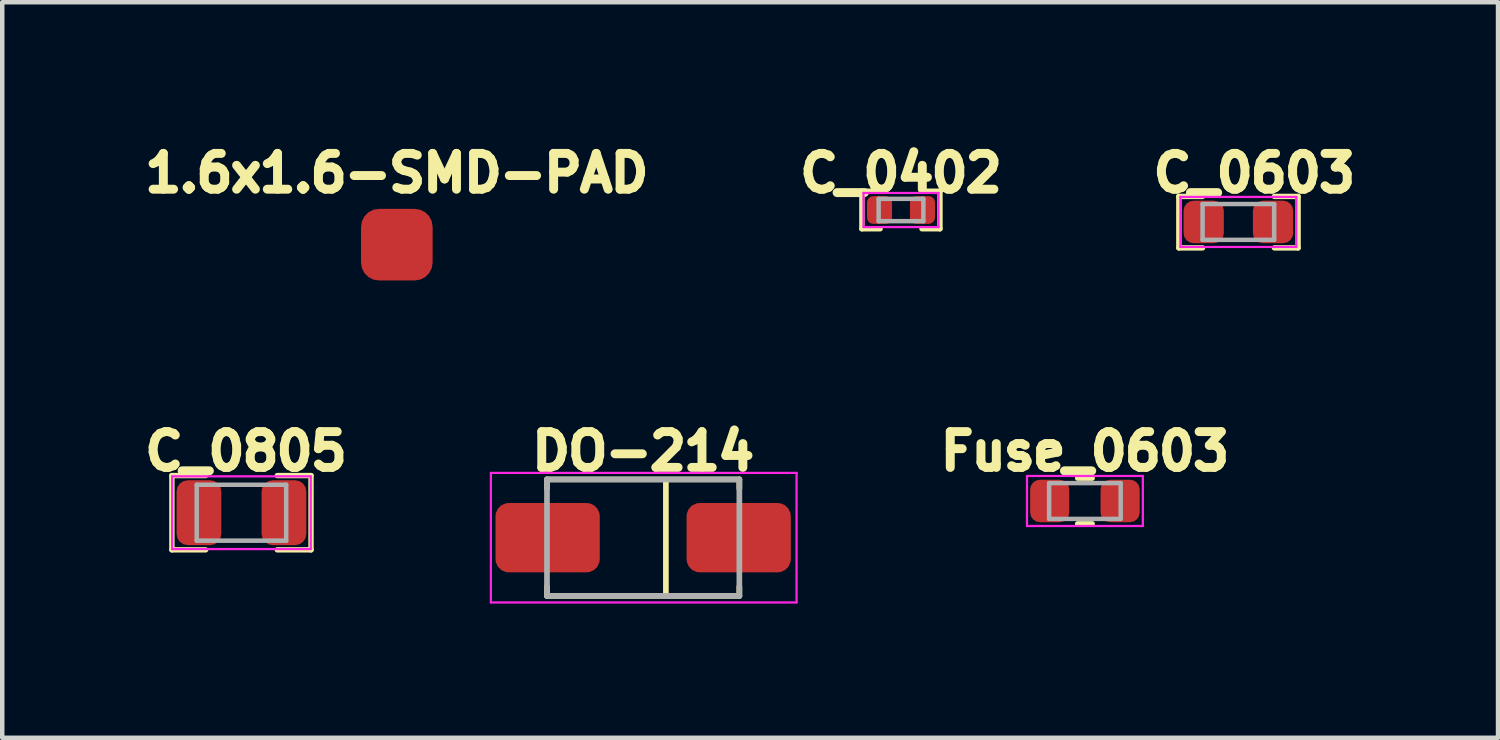
<source format=kicad_pcb>
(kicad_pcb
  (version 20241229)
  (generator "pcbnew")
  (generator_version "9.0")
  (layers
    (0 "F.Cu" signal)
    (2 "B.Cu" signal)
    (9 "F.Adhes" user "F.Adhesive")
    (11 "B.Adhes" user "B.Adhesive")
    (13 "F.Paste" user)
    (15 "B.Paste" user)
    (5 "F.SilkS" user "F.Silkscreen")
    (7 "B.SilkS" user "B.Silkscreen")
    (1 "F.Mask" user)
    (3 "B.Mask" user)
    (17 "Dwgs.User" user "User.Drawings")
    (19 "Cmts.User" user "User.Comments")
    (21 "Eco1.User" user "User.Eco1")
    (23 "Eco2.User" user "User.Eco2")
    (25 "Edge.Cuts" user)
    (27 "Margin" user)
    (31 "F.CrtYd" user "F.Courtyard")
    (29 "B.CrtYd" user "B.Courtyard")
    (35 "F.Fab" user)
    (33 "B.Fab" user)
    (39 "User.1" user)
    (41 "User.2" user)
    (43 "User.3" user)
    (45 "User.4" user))
  (footprint "C_0805"
    (layer "F.Cu")
    (at 2.347 8.41)
    (property "Reference" "C_0805" (at 0.102 -1.372 0) (layer "F.SilkS") (effects (font (size 0.8 0.8) (thickness 0.2) (bold yes))))
    (attr smd)
    (fp_line (start -1.555 -0.83) (end -0.8 -0.83) (stroke (width 0.12) (type solid)) (layer "F.SilkS"))
    (fp_line (start -1.555 0.83) (end -1.555 -0.83) (stroke (width 0.12) (type solid)) (layer "F.SilkS"))
    (fp_line (start -1.555 0.83) (end -0.8 0.83) (stroke (width 0.12) (type solid)) (layer "F.SilkS"))
    (fp_line (start 1.555 -0.83) (end 0.8 -0.83) (stroke (width 0.12) (type solid)) (layer "F.SilkS"))
    (fp_line (start 1.555 -0.83) (end 1.555 0.83) (stroke (width 0.12) (type solid)) (layer "F.SilkS"))
    (fp_line (start 1.555 0.83) (end 0.8 0.83) (stroke (width 0.12) (type solid)) (layer "F.SilkS"))
    (fp_line (start -1.549 -0.813) (end 1.549 -0.813) (stroke (width 0.05) (type solid)) (layer "F.CrtYd"))
    (fp_line (start -1.549 0.813) (end -1.549 -0.813) (stroke (width 0.05) (type solid)) (layer "F.CrtYd"))
    (fp_line (start 1.549 -0.813) (end 1.549 0.813) (stroke (width 0.05) (type solid)) (layer "F.CrtYd"))
    (fp_line (start 1.549 0.813) (end -1.549 0.813) (stroke (width 0.05) (type solid)) (layer "F.CrtYd"))
    (fp_line (start -1 -0.625) (end 1 -0.625) (stroke (width 0.1) (type solid)) (layer "F.Fab"))
    (fp_line (start -1 0.625) (end -1 -0.625) (stroke (width 0.1) (type solid)) (layer "F.Fab"))
    (fp_line (start 1 -0.625) (end 1 0.625) (stroke (width 0.1) (type solid)) (layer "F.Fab"))
    (fp_line (start 1 0.625) (end -1 0.625) (stroke (width 0.1) (type solid)) (layer "F.Fab"))
    (pad "1" smd roundrect (at -0.95 0) (size 1 1.45) (layers "F.Cu" "F.Mask" "F.Paste") (roundrect_rratio 0.25))
    (pad "2" smd roundrect (at 0.95 0) (size 1 1.45) (layers "F.Cu" "F.Mask" "F.Paste") (roundrect_rratio 0.25)))
  (footprint "C_0603"
    (layer "F.Cu")
    (at 24.63 1.911)
    (property "Reference" "C_0603" (at 0.356 -1.092 0) (layer "F.SilkS") (effects (font (size 0.8 0.8) (thickness 0.2) (bold yes))))
    (attr smd)
    (fp_line (start -1.331 -0.57) (end -0.8 -0.57) (stroke (width 0.12) (type solid)) (layer "F.SilkS"))
    (fp_line (start -1.331 0.58) (end -1.331 -0.57) (stroke (width 0.12) (type solid)) (layer "F.SilkS"))
    (fp_line (start -1.331 0.58) (end -0.8 0.58) (stroke (width 0.12) (type solid)) (layer "F.SilkS"))
    (fp_line (start 1.335 -0.57) (end 0.805 -0.57) (stroke (width 0.12) (type solid)) (layer "F.SilkS"))
    (fp_line (start 1.335 -0.57) (end 1.335 0.58) (stroke (width 0.12) (type solid)) (layer "F.SilkS"))
    (fp_line (start 1.335 0.58) (end 0.805 0.58) (stroke (width 0.12) (type solid)) (layer "F.SilkS"))
    (fp_line (start -1.295 -0.559) (end 1.295 -0.559) (stroke (width 0.05) (type solid)) (layer "F.CrtYd"))
    (fp_line (start -1.295 0.559) (end -1.295 -0.559) (stroke (width 0.05) (type solid)) (layer "F.CrtYd"))
    (fp_line (start 1.295 -0.559) (end 1.295 0.559) (stroke (width 0.05) (type solid)) (layer "F.CrtYd"))
    (fp_line (start 1.295 0.559) (end -1.295 0.559) (stroke (width 0.05) (type solid)) (layer "F.CrtYd"))
    (fp_line (start -0.8 -0.4) (end 0.8 -0.4) (stroke (width 0.1) (type solid)) (layer "F.Fab"))
    (fp_line (start -0.8 0.4) (end -0.8 -0.4) (stroke (width 0.1) (type solid)) (layer "F.Fab"))
    (fp_line (start 0.8 -0.4) (end 0.8 0.4) (stroke (width 0.1) (type solid)) (layer "F.Fab"))
    (fp_line (start 0.8 0.4) (end -0.8 0.4) (stroke (width 0.1) (type solid)) (layer "F.Fab"))
    (pad "1" smd roundrect (at -0.775 0) (size 0.9 0.95) (layers "F.Cu" "F.Mask" "F.Paste") (roundrect_rratio 0.25))
    (pad "2" smd roundrect (at 0.775 0) (size 0.9 0.95) (layers "F.Cu" "F.Mask" "F.Paste") (roundrect_rratio 0.25)))
  (footprint "DO-214"
    (layer "F.Cu")
    (at 11.326 8.968)
    (property "Reference" "DO-214" (at 0 -1.93 0) (layer "F.SilkS") (effects (font (size 0.8 0.8) (thickness 0.2) (bold yes))))
    (attr smd)
    (fp_line (start -2.15 -1.302) (end 2.15 -1.302) (stroke (width 0.127) (type solid)) (layer "F.SilkS"))
    (fp_line (start -2.15 -1.095) (end -2.15 -1.302) (stroke (width 0.127) (type solid)) (layer "F.SilkS"))
    (fp_line (start -2.15 1.302) (end -2.15 1.095) (stroke (width 0.127) (type solid)) (layer "F.SilkS"))
    (fp_line (start 0.508 -1.27) (end 0.508 1.27) (stroke (width 0.127) (type default)) (layer "F.SilkS"))
    (fp_line (start 2.15 -1.302) (end 2.15 -1.095) (stroke (width 0.127) (type solid)) (layer "F.SilkS"))
    (fp_line (start 2.15 1.302) (end -2.15 1.302) (stroke (width 0.127) (type solid)) (layer "F.SilkS"))
    (fp_line (start 2.15 1.302) (end 2.15 1.095) (stroke (width 0.127) (type solid)) (layer "F.SilkS"))
    (fp_line (start -3.404 -1.448) (end -3.404 1.448) (stroke (width 0.05) (type solid)) (layer "F.CrtYd"))
    (fp_line (start -3.404 1.448) (end 3.429 1.448) (stroke (width 0.05) (type solid)) (layer "F.CrtYd"))
    (fp_line (start 3.429 -1.448) (end -3.404 -1.448) (stroke (width 0.05) (type solid)) (layer "F.CrtYd"))
    (fp_line (start 3.429 1.448) (end 3.429 -1.448) (stroke (width 0.05) (type solid)) (layer "F.CrtYd"))
    (fp_line (start -2.15 -1.302) (end 2.15 -1.302) (stroke (width 0.127) (type solid)) (layer "F.Fab"))
    (fp_line (start -2.15 1.302) (end -2.15 -1.302) (stroke (width 0.127) (type solid)) (layer "F.Fab"))
    (fp_line (start 2.15 -1.302) (end 2.15 1.302) (stroke (width 0.127) (type solid)) (layer "F.Fab"))
    (fp_line (start 2.15 1.302) (end -2.15 1.302) (stroke (width 0.127) (type solid)) (layer "F.Fab"))
    (pad "1" smd roundrect (at -2.135 0) (size 2.33 1.55) (layers "F.Cu" "F.Mask" "F.Paste") (roundrect_rratio 0.19))
    (pad "2" smd roundrect (at 2.135 0) (size 2.33 1.55) (layers "F.Cu" "F.Mask" "F.Paste") (roundrect_rratio 0.19)))
  (footprint "Fuse_0603"
    (layer "F.Cu")
    (at 21.2 8.148)
    (property "Reference" "Fuse_0603" (at 0 -1.11 0) (layer "F.SilkS") (effects (font (size 0.8 0.8) (thickness 0.2) (bold yes))))
    (attr smd)
    (fp_line (start -0.163 -0.51) (end 0.163 -0.51) (stroke (width 0.12) (type solid)) (layer "F.SilkS"))
    (fp_line (start -0.163 0.51) (end 0.163 0.51) (stroke (width 0.12) (type solid)) (layer "F.SilkS"))
    (fp_line (start -1.295 -0.559) (end 1.295 -0.559) (stroke (width 0.05) (type solid)) (layer "F.CrtYd"))
    (fp_line (start -1.295 0.559) (end -1.295 -0.559) (stroke (width 0.05) (type solid)) (layer "F.CrtYd"))
    (fp_line (start 1.295 -0.559) (end 1.295 0.559) (stroke (width 0.05) (type solid)) (layer "F.CrtYd"))
    (fp_line (start 1.295 0.559) (end -1.295 0.559) (stroke (width 0.05) (type solid)) (layer "F.CrtYd"))
    (fp_line (start -0.8 -0.4) (end 0.8 -0.4) (stroke (width 0.1) (type solid)) (layer "F.Fab"))
    (fp_line (start -0.8 0.4) (end -0.8 -0.4) (stroke (width 0.1) (type solid)) (layer "F.Fab"))
    (fp_line (start 0.8 -0.4) (end 0.8 0.4) (stroke (width 0.1) (type solid)) (layer "F.Fab"))
    (fp_line (start 0.8 0.4) (end -0.8 0.4) (stroke (width 0.1) (type solid)) (layer "F.Fab"))
    (pad "1" smd roundrect (at -0.787 0) (size 0.875 0.95) (layers "F.Cu" "F.Mask" "F.Paste") (roundrect_rratio 0.25))
    (pad "2" smd roundrect (at 0.787 0) (size 0.875 0.95) (layers "F.Cu" "F.Mask" "F.Paste") (roundrect_rratio 0.25)))
  (footprint "C_0402"
    (layer "F.Cu")
    (at 17.089 1.644)
    (property "Reference" "C_0402" (at 0 -0.825 0) (layer "F.SilkS") (effects (font (size 0.8 0.8) (thickness 0.2) (bold yes))))
    (attr smd)
    (fp_line (start -0.874 -0.42) (end -0.472 -0.42) (stroke (width 0.12) (type solid)) (layer "F.SilkS"))
    (fp_line (start -0.874 0.42) (end -0.874 -0.42) (stroke (width 0.12) (type solid)) (layer "F.SilkS"))
    (fp_line (start -0.874 0.42) (end -0.466 0.42) (stroke (width 0.12) (type solid)) (layer "F.SilkS"))
    (fp_line (start 0.871 -0.42) (end 0.463 -0.42) (stroke (width 0.12) (type solid)) (layer "F.SilkS"))
    (fp_line (start 0.871 -0.42) (end 0.871 0.42) (stroke (width 0.12) (type solid)) (layer "F.SilkS"))
    (fp_line (start 0.871 0.42) (end 0.469 0.42) (stroke (width 0.12) (type solid)) (layer "F.SilkS"))
    (fp_line (start -0.838 -0.381) (end 0.838 -0.381) (stroke (width 0.05) (type solid)) (layer "F.CrtYd"))
    (fp_line (start -0.838 0.381) (end -0.838 -0.381) (stroke (width 0.05) (type solid)) (layer "F.CrtYd"))
    (fp_line (start 0.838 -0.381) (end 0.838 0.381) (stroke (width 0.05) (type solid)) (layer "F.CrtYd"))
    (fp_line (start 0.838 0.381) (end -0.838 0.381) (stroke (width 0.05) (type solid)) (layer "F.CrtYd"))
    (fp_line (start -0.5 -0.25) (end 0.5 -0.25) (stroke (width 0.1) (type solid)) (layer "F.Fab"))
    (fp_line (start -0.5 0.25) (end -0.5 -0.25) (stroke (width 0.1) (type solid)) (layer "F.Fab"))
    (fp_line (start 0.5 -0.25) (end 0.5 0.25) (stroke (width 0.1) (type solid)) (layer "F.Fab"))
    (fp_line (start 0.5 0.25) (end -0.5 0.25) (stroke (width 0.1) (type solid)) (layer "F.Fab"))
    (pad "1" smd roundrect (at -0.48 0) (size 0.56 0.62) (layers "F.Cu" "F.Mask" "F.Paste") (roundrect_rratio 0.25))
    (pad "2" smd roundrect (at 0.48 0) (size 0.56 0.62) (layers "F.Cu" "F.Mask" "F.Paste") (roundrect_rratio 0.25)))
  (footprint "1.6x1.6-SMD-PAD"
    (layer "F.Cu")
    (at 5.82 2.419)
    (property "Reference" "1.6x1.6-SMD-PAD" (at 0 -1.6 0) (unlocked yes) (layer "F.SilkS") (effects (font (size 0.8 0.8) (thickness 0.2) (bold yes))))
    (attr smd exclude_from_bom)
    (pad "1" smd roundrect (at 0 0) (size 1.6 1.6) (layers "F.Cu" "F.Mask") (roundrect_rratio 0.25)))
  (gr_rect
    (start -3 -3)
    (end 30.434 13.441)
    (stroke (width 0.1) (type default))
    (fill no)
    (layer "Edge.Cuts")))
</source>
